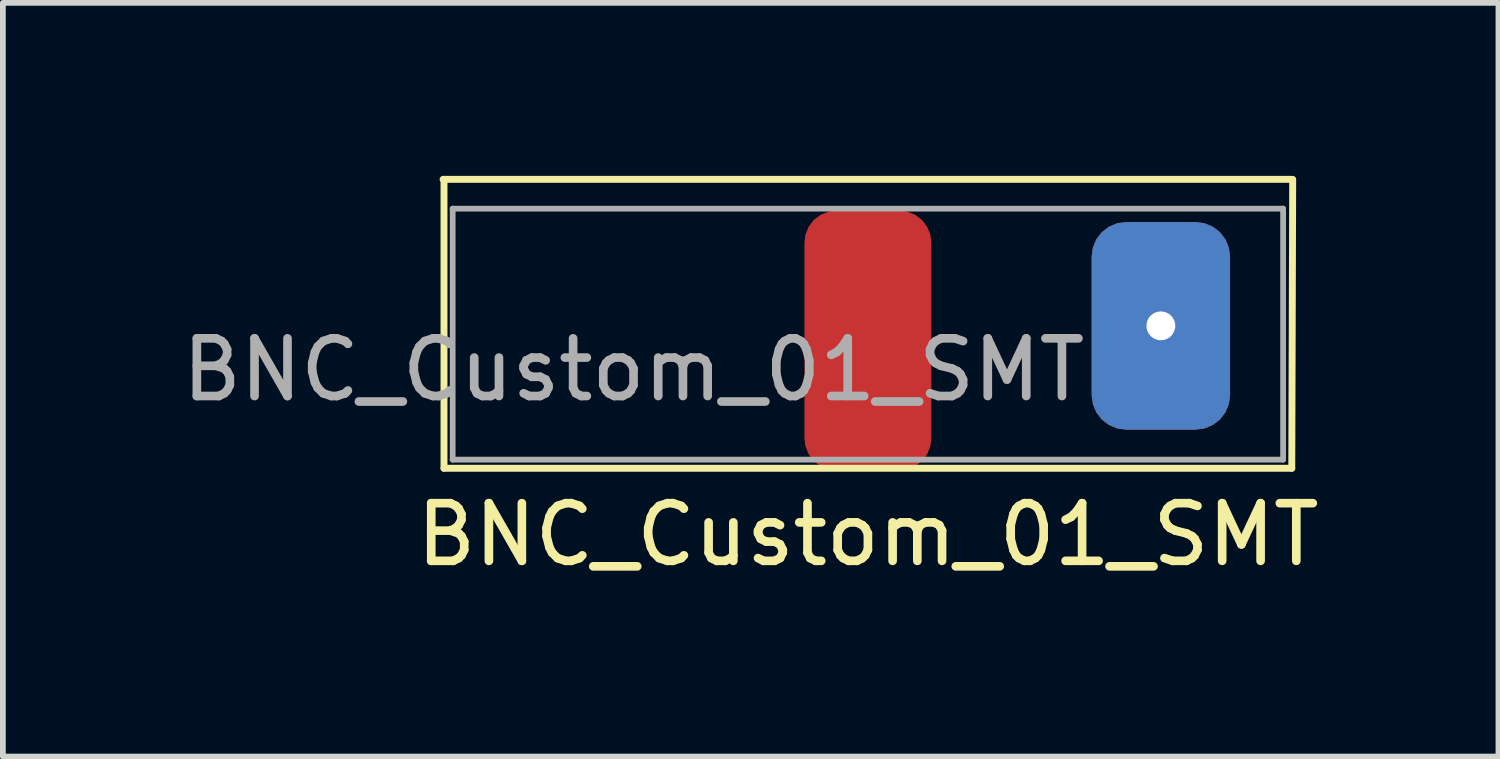
<source format=kicad_pcb>
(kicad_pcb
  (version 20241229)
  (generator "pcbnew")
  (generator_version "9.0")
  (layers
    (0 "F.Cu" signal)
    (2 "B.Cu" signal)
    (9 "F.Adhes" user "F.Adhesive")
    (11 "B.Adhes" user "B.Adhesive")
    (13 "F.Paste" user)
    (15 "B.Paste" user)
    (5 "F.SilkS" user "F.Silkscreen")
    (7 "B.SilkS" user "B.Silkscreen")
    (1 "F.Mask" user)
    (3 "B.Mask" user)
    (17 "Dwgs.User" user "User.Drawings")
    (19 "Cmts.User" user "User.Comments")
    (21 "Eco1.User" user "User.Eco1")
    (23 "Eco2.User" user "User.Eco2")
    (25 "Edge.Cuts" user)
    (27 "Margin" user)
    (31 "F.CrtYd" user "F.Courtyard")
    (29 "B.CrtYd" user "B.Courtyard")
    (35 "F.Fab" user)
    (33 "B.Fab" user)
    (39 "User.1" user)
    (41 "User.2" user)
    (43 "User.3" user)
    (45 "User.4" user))
  (footprint "BNC_Custom_01_SMT"
    (layer "F.Cu")
    (at 11.999 3.87)
    (property "Reference" "BNC_Custom_01_SMT" (at 0 2.35 0) (layer "F.SilkS") (effects (font (size 1 1) (thickness 0.15))))
    (attr through_hole)
    (fp_line (start -7.366 -3.81) (end 7.334 -3.81) (stroke (width 0.12) (type solid)) (layer "F.SilkS"))
    (fp_line (start -7.35 1.2) (end -7.35 -3.81) (stroke (width 0.12) (type solid)) (layer "F.SilkS"))
    (fp_line (start 7.35 1.2) (end -7.35 1.2) (stroke (width 0.12) (type solid)) (layer "F.SilkS"))
    (fp_line (start 7.366 -3.81) (end 7.35 1.2) (stroke (width 0.12) (type solid)) (layer "F.SilkS"))
    (fp_line (start -7.2 -3.302) (end -7.2 1.05) (stroke (width 0.1) (type solid)) (layer "F.Fab"))
    (fp_line (start -7.2 1.05) (end 7.2 1.05) (stroke (width 0.1) (type solid)) (layer "F.Fab"))
    (fp_line (start 7.2 -3.302) (end -7.2 -3.302) (stroke (width 0.1) (type solid)) (layer "F.Fab"))
    (fp_line (start 7.2 1.05) (end 7.2 -3.302) (stroke (width 0.1) (type solid)) (layer "F.Fab"))
    (fp_text user "${REFERENCE}" (at -4.064 -0.508 0) (layer "F.Fab") (effects (font (size 1 1) (thickness 0.15))))
    (pad "1" connect roundrect (at 0 -1.016) (size 2.2 4.5) (layers "F.Cu" "F.Mask") (roundrect_rratio 0.25))
    (pad "2" thru_hole roundrect (at 5.08 -1.27) (size 2.4 3.6) (drill 0.5) (layers "*.Cu" "*.Mask") (roundrect_rratio 0.25)))
  (gr_rect
    (start -3 -3)
    (end 22.933 10.068)
    (stroke (width 0.1) (type default))
    (fill no)
    (layer "Edge.Cuts")))
</source>
